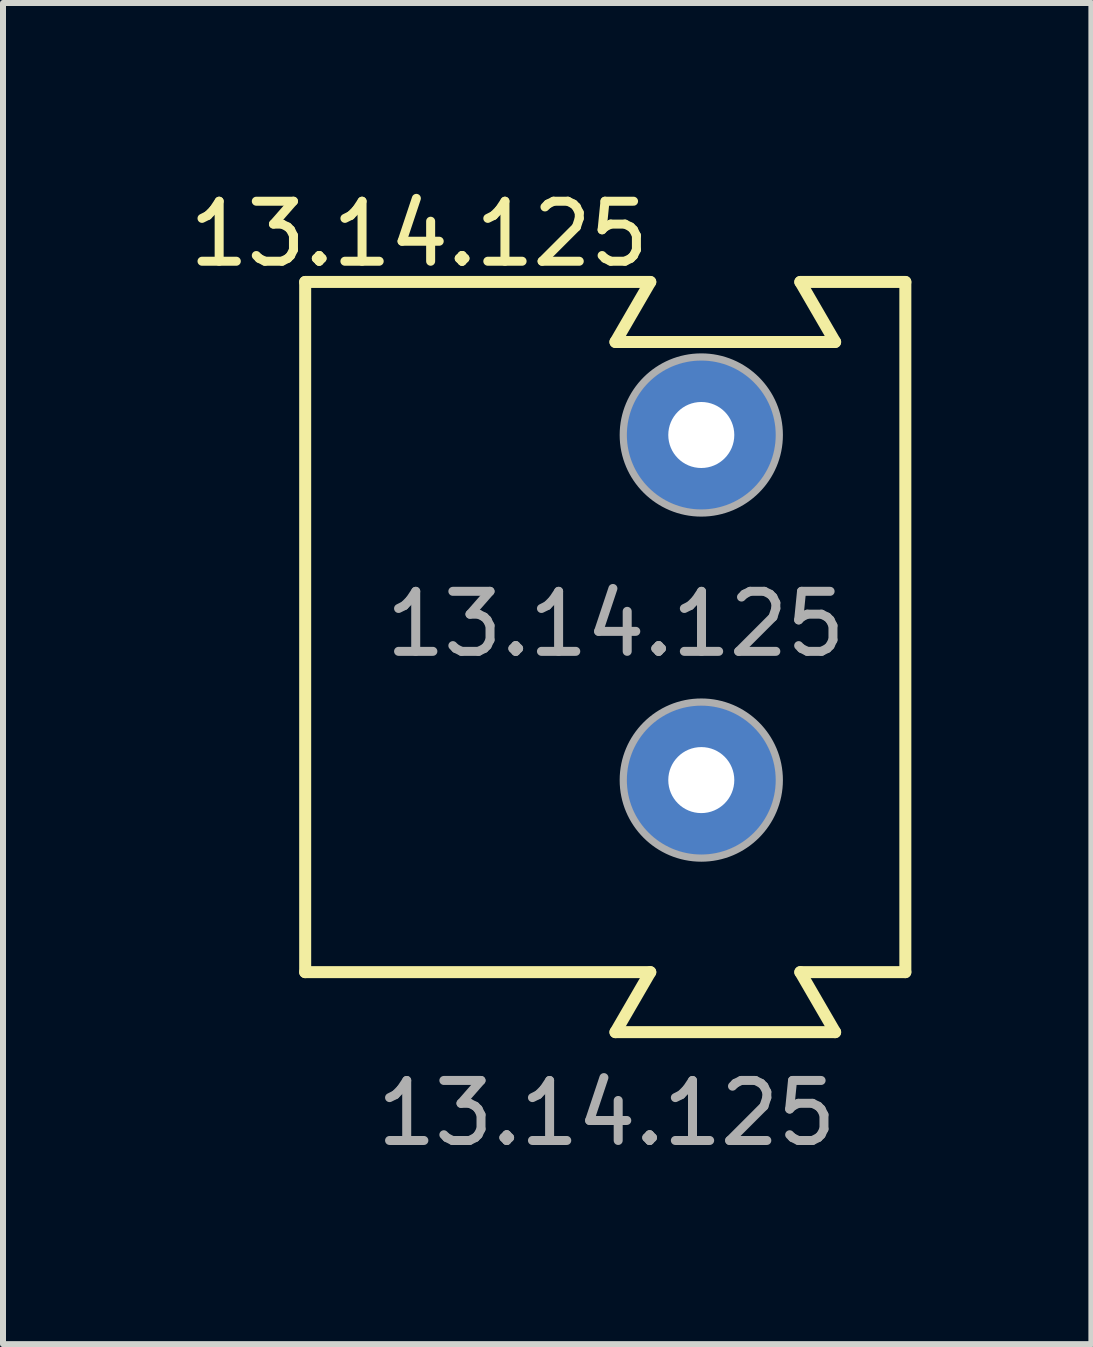
<source format=kicad_pcb>
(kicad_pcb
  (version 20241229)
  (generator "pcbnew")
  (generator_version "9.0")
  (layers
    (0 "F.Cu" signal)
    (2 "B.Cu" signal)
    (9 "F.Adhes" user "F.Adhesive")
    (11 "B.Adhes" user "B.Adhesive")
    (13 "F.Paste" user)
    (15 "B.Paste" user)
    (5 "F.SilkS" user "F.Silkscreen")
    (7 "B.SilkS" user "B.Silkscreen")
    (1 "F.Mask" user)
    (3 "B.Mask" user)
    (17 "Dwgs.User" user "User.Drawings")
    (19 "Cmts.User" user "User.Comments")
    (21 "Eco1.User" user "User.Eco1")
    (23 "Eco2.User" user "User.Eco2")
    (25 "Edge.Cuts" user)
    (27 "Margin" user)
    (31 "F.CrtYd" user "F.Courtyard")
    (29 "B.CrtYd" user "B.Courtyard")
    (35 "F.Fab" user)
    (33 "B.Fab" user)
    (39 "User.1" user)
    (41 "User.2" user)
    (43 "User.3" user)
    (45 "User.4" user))
  (footprint "13.14.125"
    (layer "F.Cu")
    (at 8.635 9.948)
    (property "Reference" "13.14.125" (at -4.7 -9.1 0) (layer "F.SilkS") (effects (font (size 1 1) (thickness 0.15))))
    (attr through_hole)
    (fp_line (start -6.6 3.2) (end -6.6 -8.3) (stroke (width 0.2) (type solid)) (layer "F.SilkS"))
    (fp_line (start -1.43 -7.3) (end -0.85 -8.3) (stroke (width 0.2) (type solid)) (layer "F.SilkS"))
    (fp_line (start -1.43 4.2) (end -0.85 3.2) (stroke (width 0.2) (type solid)) (layer "F.SilkS"))
    (fp_line (start -0.85 -8.3) (end -6.6 -8.3) (stroke (width 0.2) (type solid)) (layer "F.SilkS"))
    (fp_line (start -0.85 3.2) (end -6.6 3.2) (stroke (width 0.2) (type solid)) (layer "F.SilkS"))
    (fp_line (start 1.65 -8.3) (end 2.23 -7.3) (stroke (width 0.2) (type solid)) (layer "F.SilkS"))
    (fp_line (start 1.65 3.2) (end 2.23 4.2) (stroke (width 0.2) (type solid)) (layer "F.SilkS"))
    (fp_line (start 2.23 -7.3) (end -1.43 -7.3) (stroke (width 0.2) (type solid)) (layer "F.SilkS"))
    (fp_line (start 2.23 4.2) (end -1.43 4.2) (stroke (width 0.2) (type solid)) (layer "F.SilkS"))
    (fp_line (start 3.4 -8.3) (end 1.65 -8.3) (stroke (width 0.2) (type solid)) (layer "F.SilkS"))
    (fp_line (start 3.4 3.2) (end 1.65 3.2) (stroke (width 0.2) (type solid)) (layer "F.SilkS"))
    (fp_line (start 3.4 3.2) (end 3.4 -8.3) (stroke (width 0.2) (type solid)) (layer "F.SilkS"))
    (fp_circle (center 0 -5.75) (end 1.3 -5.75) (stroke (width 0.12) (type solid)) (fill no) (layer "F.Fab"))
    (fp_circle (center 0 0) (end 1.3 0) (stroke (width 0.12) (type solid)) (fill no) (layer "F.Fab"))
    (fp_text user "13.14.125" (at -1.575 5.55 0) (layer "F.Fab") (effects (font (size 1 1) (thickness 0.15))))
    (fp_text user "${REFERENCE}" (at -1.425 -2.6 0) (layer "F.Fab") (effects (font (size 1 1) (thickness 0.15))))
    (pad "1" thru_hole circle (at 0 0) (size 2.5 2.5) (drill 1.1) (layers "*.Cu" "*.Mask"))
    (pad "2" thru_hole circle (at 0 -5.75) (size 2.5 2.5) (drill 1.1) (layers "*.Cu" "*.Mask")))
  (gr_rect
    (start -3 -3)
    (end 15.135 19.346)
    (stroke (width 0.1) (type default))
    (fill no)
    (layer "Edge.Cuts")))
</source>
